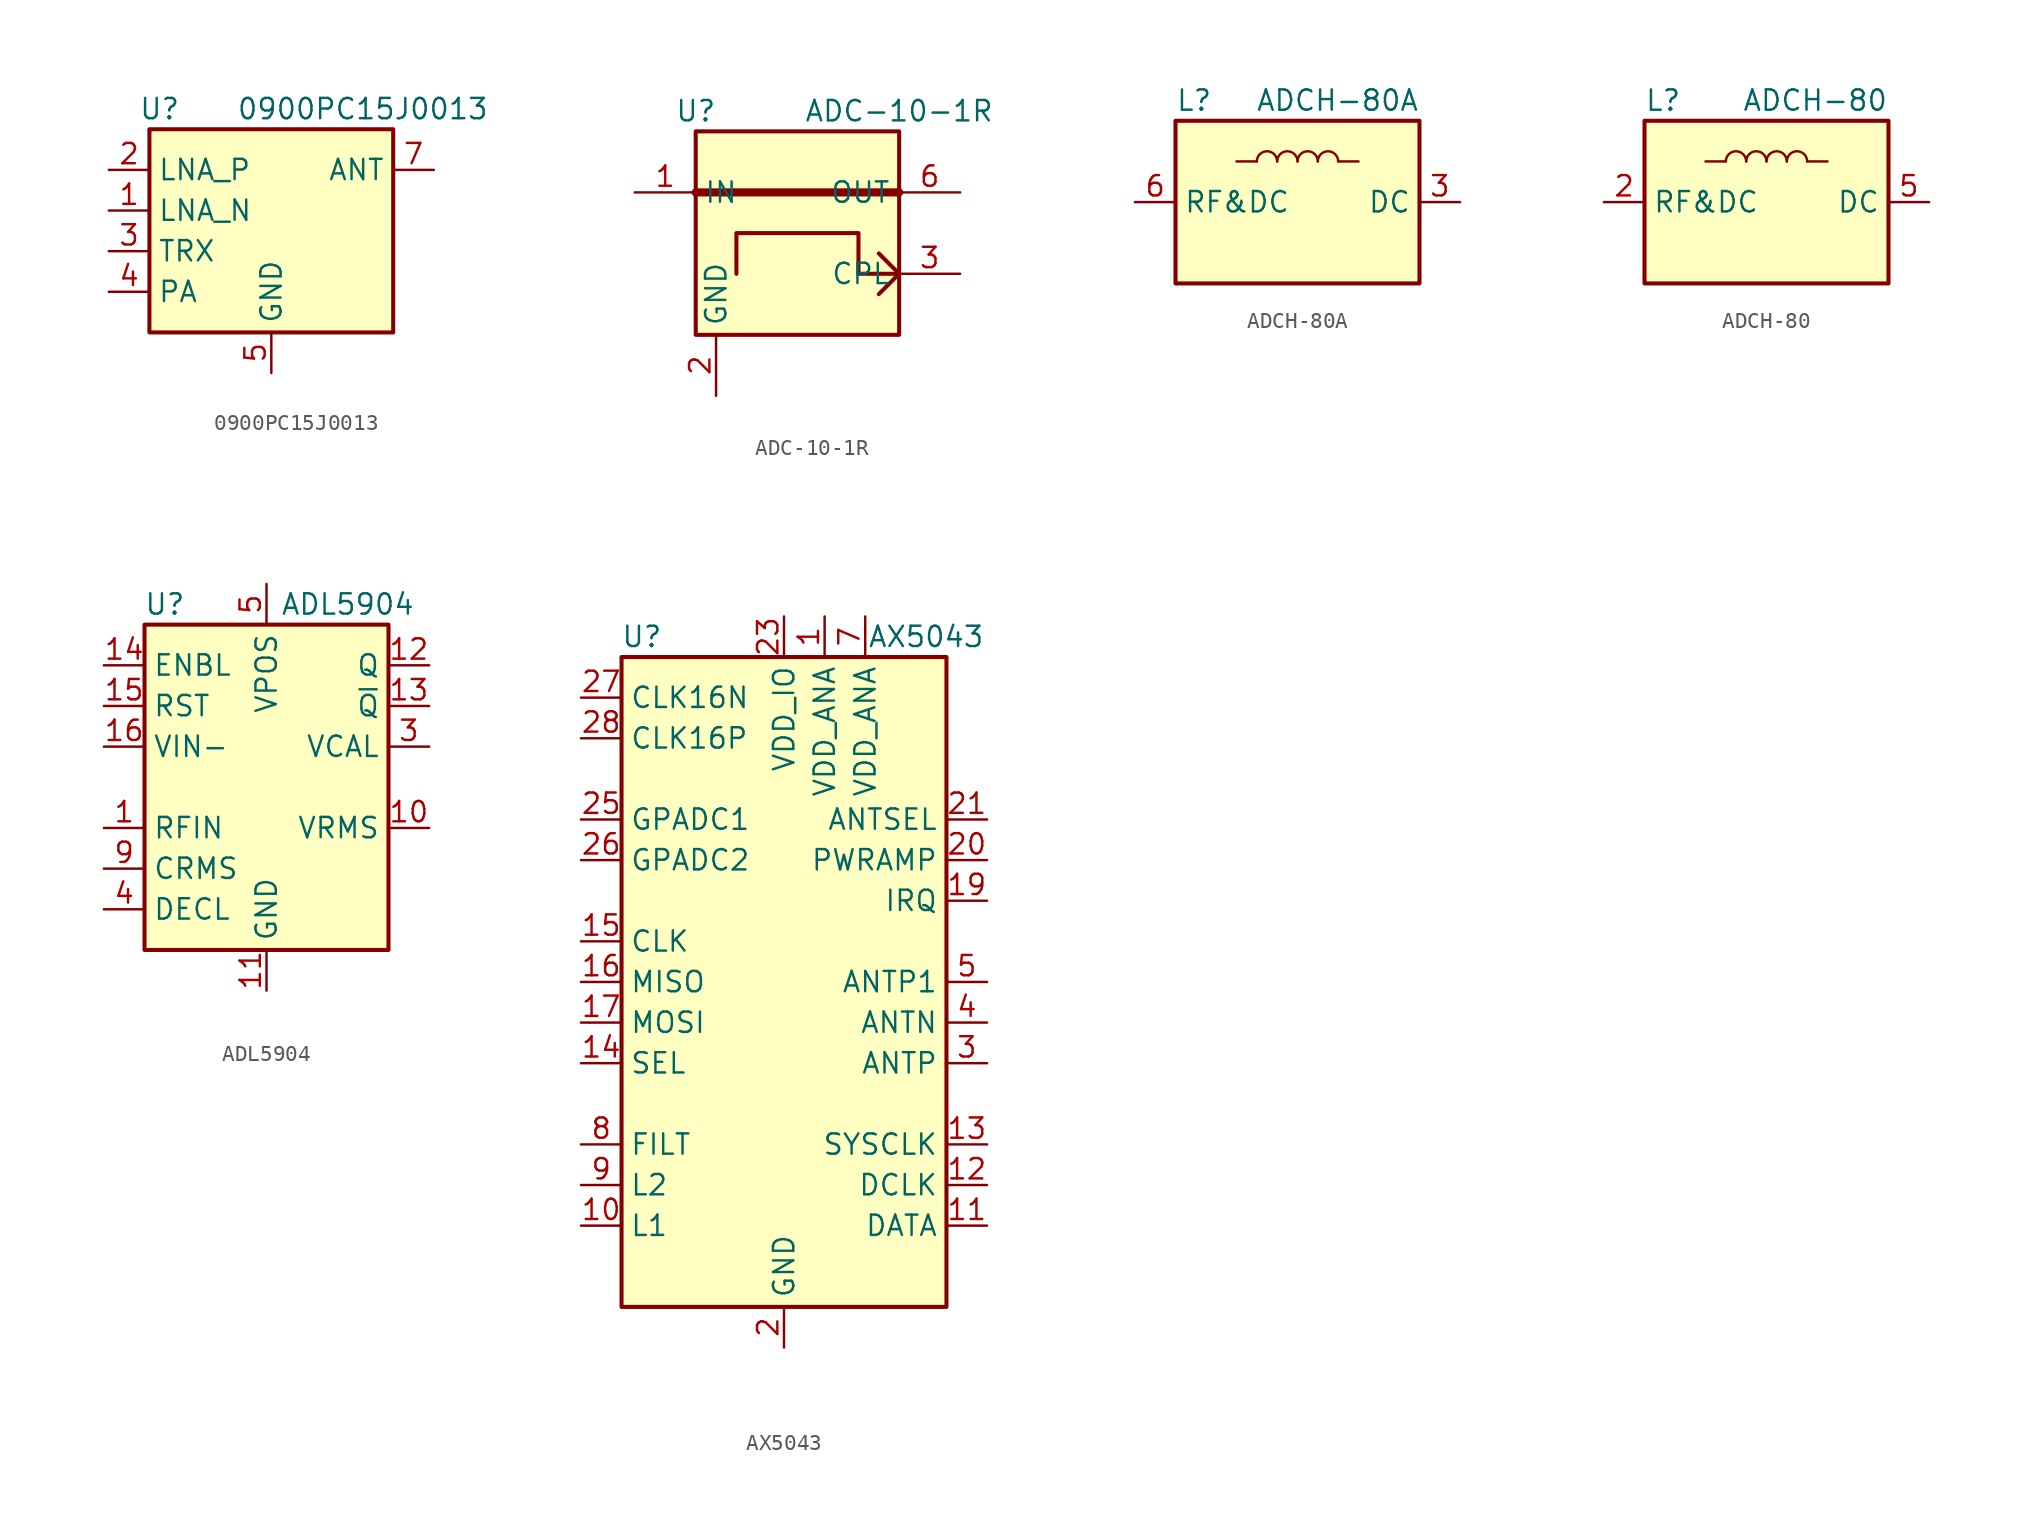
<source format=kicad_sym>
(kicad_symbol_lib
  (version 20211014)
  (generator kicad_symbol_editor)
  (symbol "0900PC15J0013"
    (property "Reference" "U"
      (at -6.985 8.89 0)
      (effects (font (size 1.27 1.27))))
    (property "Value" "0900PC15J0013"
      (at 5.715 8.89 0)
      (effects (font (size 1.27 1.27))))
    (symbol "0900PC15J0013_0_1"
      (rectangle (start -7.62 7.62) (end 7.62 -5.08) (stroke (width 0.254) (type default) (color 0 0 0 0)) (fill (type background))))
    (symbol "0900PC15J0013_1_1"
      (pin passive line (at -10.16 2.54 0) (length 2.54) (name "LNA_N" (effects (font (size 1.27 1.27)))) (number "1" (effects (font (size 1.27 1.27)))))
      (pin passive line (at 0 -7.62 90) (length 2.54) hide (name "GND" (effects (font (size 1.27 1.27)))) (number "10" (effects (font (size 1.27 1.27)))))
      (pin passive line (at -10.16 5.08 0) (length 2.54) (name "LNA_P" (effects (font (size 1.27 1.27)))) (number "2" (effects (font (size 1.27 1.27)))))
      (pin passive line (at -10.16 0 0) (length 2.54) (name "TRX" (effects (font (size 1.27 1.27)))) (number "3" (effects (font (size 1.27 1.27)))))
      (pin passive line (at -10.16 -2.54 0) (length 2.54) (name "PA" (effects (font (size 1.27 1.27)))) (number "4" (effects (font (size 1.27 1.27)))))
      (pin power_in line (at 0 -7.62 90) (length 2.54) (name "GND" (effects (font (size 1.27 1.27)))) (number "5" (effects (font (size 1.27 1.27)))))
      (pin passive line (at 0 -7.62 90) (length 2.54) hide (name "GND" (effects (font (size 1.27 1.27)))) (number "6" (effects (font (size 1.27 1.27)))))
      (pin passive line (at 10.16 5.08 180) (length 2.54) (name "ANT" (effects (font (size 1.27 1.27)))) (number "7" (effects (font (size 1.27 1.27)))))
      (pin passive line (at 0 -7.62 90) (length 2.54) hide (name "GND" (effects (font (size 1.27 1.27)))) (number "8" (effects (font (size 1.27 1.27)))))
      (pin passive line (at 0 -7.62 90) (length 2.54) hide (name "GND" (effects (font (size 1.27 1.27)))) (number "9" (effects (font (size 1.27 1.27)))))))
  (symbol "ADC-10-1R"
    (property "Reference" "U"
      (at -6.35 7.62 0)
      (effects (font (size 1.27 1.27))))
    (property "Value" "ADC-10-1R"
      (at 6.35 7.62 0)
      (effects (font (size 1.27 1.27))))
    (symbol "ADC-10-1R_0_1"
      (rectangle (start -6.35 6.35) (end 6.35 -6.35) (stroke (width 0.254) (type default) (color 0 0 0 0)) (fill (type background)))
      (polyline (pts (xy -6.35 2.54) (xy 6.35 2.54)) (stroke (width 0.508) (type default) (color 0 0 0 0)) (fill (type none)))
      (polyline (pts (xy 6.35 -2.54) (xy 5.08 -3.81)) (stroke (width 0.254) (type default) (color 0 0 0 0)) (fill (type none)))
      (polyline (pts (xy 6.35 -2.54) (xy 5.08 -1.27)) (stroke (width 0.254) (type default) (color 0 0 0 0)) (fill (type none)))
      (polyline (pts (xy 6.35 -2.54) (xy 3.81 -2.54) (xy 3.81 0) (xy -3.81 0) (xy -3.81 -2.54)) (stroke (width 0.254) (type default) (color 0 0 0 0)) (fill (type none))))
    (symbol "ADC-10-1R_1_1"
      (pin input line (at -10.16 2.54 0) (length 3.81) (name "IN" (effects (font (size 1.27 1.27)))) (number "1" (effects (font (size 1.27 1.27)))))
      (pin power_in line (at -5.08 -10.16 90) (length 3.81) (name "GND" (effects (font (size 1.27 1.27)))) (number "2" (effects (font (size 1.27 1.27)))))
      (pin output line (at 10.16 -2.54 180) (length 3.81) (name "CPL" (effects (font (size 1.27 1.27)))) (number "3" (effects (font (size 1.27 1.27)))))
      (pin no_connect line (at 6.35 0 180) (length 3.81) hide (name "NC" (effects (font (size 1.27 1.27)))) (number "4" (effects (font (size 1.27 1.27)))))
      (pin passive line (at -5.08 -10.16 90) (length 3.81) hide (name "GND" (effects (font (size 1.27 1.27)))) (number "5" (effects (font (size 1.27 1.27)))))
      (pin output line (at 10.16 2.54 180) (length 3.81) (name "OUT" (effects (font (size 1.27 1.27)))) (number "6" (effects (font (size 1.27 1.27)))))))
  (symbol "ADCH-80A"
    (property "Reference" "L"
      (at -7.62 6.35 0)
      (effects (font (size 1.27 1.27)) (justify left)))
    (property "Value" "ADCH-80A"
      (at 7.62 6.35 0)
      (effects (font (size 1.27 1.27)) (justify right)))
    (symbol "ADCH-80A_1_1"
      (rectangle (start -7.62 5.08) (end 7.62 -5.08) (stroke (width 0.254) (type default) (color 0 0 0 0)) (fill (type background)))
      (arc (start -1.27 2.54) (mid -1.905 3.175) (end -2.54 2.54) (stroke (width 0) (type default) (color 0 0 0 0)) (fill (type none)))
      (polyline (pts (xy -2.54 2.54) (xy -3.81 2.54)) (stroke (width 0) (type default) (color 0 0 0 0)) (fill (type none)))
      (arc (start 0 2.54) (mid -0.635 3.175) (end -1.27 2.54) (stroke (width 0) (type default) (color 0 0 0 0)) (fill (type none)))
      (arc (start 1.27 2.54) (mid 0.635 3.175) (end 0 2.54) (stroke (width 0) (type default) (color 0 0 0 0)) (fill (type none)))
      (arc (start 2.54 2.54) (mid 1.905 3.175) (end 1.27 2.54) (stroke (width 0) (type default) (color 0 0 0 0)) (fill (type none)))
      (rectangle (start 2.54 2.54) (end 3.81 2.54) (stroke (width 0) (type default) (color 0 0 0 0)) (fill (type none)))
      (pin no_connect line (at -5.08 -5.08 90) (length 2.54) hide (name "NC" (effects (font (size 1.27 1.27)))) (number "1" (effects (font (size 1.27 1.27)))))
      (pin no_connect line (at -2.54 -5.08 90) (length 2.54) hide (name "NC" (effects (font (size 1.27 1.27)))) (number "2" (effects (font (size 1.27 1.27)))))
      (pin passive line (at 10.16 0 180) (length 2.54) (name "DC" (effects (font (size 1.27 1.27)))) (number "3" (effects (font (size 1.27 1.27)))))
      (pin no_connect line (at 0 -5.08 90) (length 2.54) hide (name "NC" (effects (font (size 1.27 1.27)))) (number "4" (effects (font (size 1.27 1.27)))))
      (pin no_connect line (at 2.54 -5.08 90) (length 2.54) hide (name "NC" (effects (font (size 1.27 1.27)))) (number "5" (effects (font (size 1.27 1.27)))))
      (pin passive line (at -10.16 0 0) (length 2.54) (name "RF&DC" (effects (font (size 1.27 1.27)))) (number "6" (effects (font (size 1.27 1.27)))))))
  (symbol "ADCH-80"
    (property "Reference" "L"
      (at -7.62 6.35 0)
      (effects (font (size 1.27 1.27)) (justify left)))
    (property "Value" "ADCH-80"
      (at 7.62 6.35 0)
      (effects (font (size 1.27 1.27)) (justify right)))
    (symbol "ADCH-80_0_1"
      (polyline (pts (xy -2.54 2.54) (xy -3.81 2.54)) (stroke (width 0) (type default) (color 0 0 0 0)) (fill (type none)))
      (rectangle (start 2.54 2.54) (end 3.81 2.54) (stroke (width 0) (type default) (color 0 0 0 0)) (fill (type none))))
    (symbol "ADCH-80_1_1"
      (rectangle (start -7.62 5.08) (end 7.62 -5.08) (stroke (width 0.254) (type default) (color 0 0 0 0)) (fill (type background)))
      (arc (start -1.27 2.54) (mid -1.905 3.175) (end -2.54 2.54) (stroke (width 0) (type default) (color 0 0 0 0)) (fill (type none)))
      (arc (start 0 2.54) (mid -0.635 3.175) (end -1.27 2.54) (stroke (width 0) (type default) (color 0 0 0 0)) (fill (type none)))
      (arc (start 1.27 2.54) (mid 0.635 3.175) (end 0 2.54) (stroke (width 0) (type default) (color 0 0 0 0)) (fill (type none)))
      (arc (start 2.54 2.54) (mid 1.905 3.175) (end 1.27 2.54) (stroke (width 0) (type default) (color 0 0 0 0)) (fill (type none)))
      (pin no_connect line (at -5.08 -5.08 90) (length 2.54) hide (name "NC" (effects (font (size 1.27 1.27)))) (number "1" (effects (font (size 1.27 1.27)))))
      (pin passive line (at -10.16 0 0) (length 2.54) (name "RF&DC" (effects (font (size 1.27 1.27)))) (number "2" (effects (font (size 1.27 1.27)))))
      (pin no_connect line (at -2.54 -5.08 90) (length 2.54) hide (name "NC" (effects (font (size 1.27 1.27)))) (number "3" (effects (font (size 1.27 1.27)))))
      (pin no_connect line (at 0 -5.08 90) (length 2.54) hide (name "NC" (effects (font (size 1.27 1.27)))) (number "4" (effects (font (size 1.27 1.27)))))
      (pin passive line (at 10.16 0 180) (length 2.54) (name "DC" (effects (font (size 1.27 1.27)))) (number "5" (effects (font (size 1.27 1.27)))))
      (pin no_connect line (at 2.54 -5.08 90) (length 2.54) hide (name "NC" (effects (font (size 1.27 1.27)))) (number "6" (effects (font (size 1.27 1.27)))))))
  (symbol "ADL5904"
    (property "Reference" "U"
      (at -6.35 11.43 0)
      (effects (font (size 1.27 1.27))))
    (property "Value" "ADL5904"
      (at 5.08 11.43 0)
      (effects (font (size 1.27 1.27))))
    (symbol "ADL5904_0_1"
      (rectangle (start -7.62 10.16) (end 7.62 -10.16) (stroke (width 0.254) (type default) (color 0 0 0 0)) (fill (type background))))
    (symbol "ADL5904_1_1"
      (pin input line (at -10.16 -2.54 0) (length 2.54) (name "RFIN" (effects (font (size 1.27 1.27)))) (number "1" (effects (font (size 1.27 1.27)))))
      (pin output line (at 10.16 -2.54 180) (length 2.54) (name "VRMS" (effects (font (size 1.27 1.27)))) (number "10" (effects (font (size 1.27 1.27)))))
      (pin power_in line (at 0 -12.7 90) (length 2.54) (name "GND" (effects (font (size 1.27 1.27)))) (number "11" (effects (font (size 1.27 1.27)))))
      (pin output line (at 10.16 7.62 180) (length 2.54) (name "Q" (effects (font (size 1.27 1.27)))) (number "12" (effects (font (size 1.27 1.27)))))
      (pin output line (at 10.16 5.08 180) (length 2.54) (name "~{Q}" (effects (font (size 1.27 1.27)))) (number "13" (effects (font (size 1.27 1.27)))))
      (pin input line (at -10.16 7.62 0) (length 2.54) (name "ENBL" (effects (font (size 1.27 1.27)))) (number "14" (effects (font (size 1.27 1.27)))))
      (pin input line (at -10.16 5.08 0) (length 2.54) (name "RST" (effects (font (size 1.27 1.27)))) (number "15" (effects (font (size 1.27 1.27)))))
      (pin input line (at -10.16 2.54 0) (length 2.54) (name "VIN-" (effects (font (size 1.27 1.27)))) (number "16" (effects (font (size 1.27 1.27)))))
      (pin passive line (at 0 -12.7 90) (length 2.54) hide (name "GND" (effects (font (size 1.27 1.27)))) (number "17" (effects (font (size 1.27 1.27)))))
      (pin no_connect line (at 7.62 0 180) (length 2.54) hide (name "DNC" (effects (font (size 1.27 1.27)))) (number "2" (effects (font (size 1.27 1.27)))))
      (pin output line (at 10.16 2.54 180) (length 2.54) (name "VCAL" (effects (font (size 1.27 1.27)))) (number "3" (effects (font (size 1.27 1.27)))))
      (pin passive line (at -10.16 -7.62 0) (length 2.54) (name "DECL" (effects (font (size 1.27 1.27)))) (number "4" (effects (font (size 1.27 1.27)))))
      (pin power_in line (at 0 12.7 270) (length 2.54) (name "VPOS" (effects (font (size 1.27 1.27)))) (number "5" (effects (font (size 1.27 1.27)))))
      (pin no_connect line (at 7.62 -5.08 180) (length 2.54) hide (name "DNC" (effects (font (size 1.27 1.27)))) (number "6" (effects (font (size 1.27 1.27)))))
      (pin passive line (at 0 12.7 270) (length 2.54) hide (name "VPOS" (effects (font (size 1.27 1.27)))) (number "7" (effects (font (size 1.27 1.27)))))
      (pin no_connect line (at 7.62 -7.62 180) (length 2.54) hide (name "DNC" (effects (font (size 1.27 1.27)))) (number "8" (effects (font (size 1.27 1.27)))))
      (pin passive line (at -10.16 -5.08 0) (length 2.54) (name "CRMS" (effects (font (size 1.27 1.27)))) (number "9" (effects (font (size 1.27 1.27)))))))
  (symbol "AX5043"
    (property "Reference" "U"
      (at -8.89 21.59 0)
      (effects (font (size 1.27 1.27))))
    (property "Value" "AX5043"
      (at 8.89 21.59 0)
      (effects (font (size 1.27 1.27))))
    (symbol "AX5043_1_0"
      (rectangle (start -10.16 -20.32) (end 10.16 20.32) (stroke (width 0.254) (type default) (color 0 0 0 0)) (fill (type background))))
    (symbol "AX5043_1_1"
      (pin power_out line (at 2.54 22.86 270) (length 2.54) (name "VDD_ANA" (effects (font (size 1.27 1.27)))) (number "1" (effects (font (size 1.27 1.27)))))
      (pin passive line (at -12.7 -15.24 0) (length 2.54) (name "L1" (effects (font (size 1.27 1.27)))) (number "10" (effects (font (size 1.27 1.27)))))
      (pin bidirectional line (at 12.7 -15.24 180) (length 2.54) (name "DATA" (effects (font (size 1.27 1.27)))) (number "11" (effects (font (size 1.27 1.27)))))
      (pin bidirectional line (at 12.7 -12.7 180) (length 2.54) (name "DCLK" (effects (font (size 1.27 1.27)))) (number "12" (effects (font (size 1.27 1.27)))))
      (pin bidirectional line (at 12.7 -10.16 180) (length 2.54) (name "SYSCLK" (effects (font (size 1.27 1.27)))) (number "13" (effects (font (size 1.27 1.27)))))
      (pin input line (at -12.7 -5.08 0) (length 2.54) (name "SEL" (effects (font (size 1.27 1.27)))) (number "14" (effects (font (size 1.27 1.27)))))
      (pin input line (at -12.7 2.54 0) (length 2.54) (name "CLK" (effects (font (size 1.27 1.27)))) (number "15" (effects (font (size 1.27 1.27)))))
      (pin output line (at -12.7 0 0) (length 2.54) (name "MISO" (effects (font (size 1.27 1.27)))) (number "16" (effects (font (size 1.27 1.27)))))
      (pin input line (at -12.7 -2.54 0) (length 2.54) (name "MOSI" (effects (font (size 1.27 1.27)))) (number "17" (effects (font (size 1.27 1.27)))))
      (pin no_connect line (at -2.54 -20.32 90) (length 2.54) hide (name "NC" (effects (font (size 1.27 1.27)))) (number "18" (effects (font (size 1.27 1.27)))))
      (pin output line (at 12.7 5.08 180) (length 2.54) (name "IRQ" (effects (font (size 1.27 1.27)))) (number "19" (effects (font (size 1.27 1.27)))))
      (pin power_in line (at 0 -22.86 90) (length 2.54) (name "GND" (effects (font (size 1.27 1.27)))) (number "2" (effects (font (size 1.27 1.27)))))
      (pin bidirectional line (at 12.7 7.62 180) (length 2.54) (name "PWRAMP" (effects (font (size 1.27 1.27)))) (number "20" (effects (font (size 1.27 1.27)))))
      (pin bidirectional line (at 12.7 10.16 180) (length 2.54) (name "ANTSEL" (effects (font (size 1.27 1.27)))) (number "21" (effects (font (size 1.27 1.27)))))
      (pin no_connect line (at 2.54 -20.32 90) (length 2.54) hide (name "NC" (effects (font (size 1.27 1.27)))) (number "22" (effects (font (size 1.27 1.27)))))
      (pin power_in line (at 0 22.86 270) (length 2.54) (name "VDD_IO" (effects (font (size 1.27 1.27)))) (number "23" (effects (font (size 1.27 1.27)))))
      (pin no_connect line (at -5.08 -20.32 90) (length 2.54) hide (name "NC" (effects (font (size 1.27 1.27)))) (number "24" (effects (font (size 1.27 1.27)))))
      (pin input line (at -12.7 10.16 0) (length 2.54) (name "GPADC1" (effects (font (size 1.27 1.27)))) (number "25" (effects (font (size 1.27 1.27)))))
      (pin input line (at -12.7 7.62 0) (length 2.54) (name "GPADC2" (effects (font (size 1.27 1.27)))) (number "26" (effects (font (size 1.27 1.27)))))
      (pin input line (at -12.7 17.78 0) (length 2.54) (name "CLK16N" (effects (font (size 1.27 1.27)))) (number "27" (effects (font (size 1.27 1.27)))))
      (pin input line (at -12.7 15.24 0) (length 2.54) (name "CLK16P" (effects (font (size 1.27 1.27)))) (number "28" (effects (font (size 1.27 1.27)))))
      (pin passive line (at 0 -22.86 90) (length 2.54) hide (name "GND" (effects (font (size 1.27 1.27)))) (number "29" (effects (font (size 1.27 1.27)))))
      (pin bidirectional line (at 12.7 -5.08 180) (length 2.54) (name "ANTP" (effects (font (size 1.27 1.27)))) (number "3" (effects (font (size 1.27 1.27)))))
      (pin bidirectional line (at 12.7 -2.54 180) (length 2.54) (name "ANTN" (effects (font (size 1.27 1.27)))) (number "4" (effects (font (size 1.27 1.27)))))
      (pin output line (at 12.7 0 180) (length 2.54) (name "ANTP1" (effects (font (size 1.27 1.27)))) (number "5" (effects (font (size 1.27 1.27)))))
      (pin passive line (at 0 -22.86 90) (length 2.54) hide (name "GND" (effects (font (size 1.27 1.27)))) (number "6" (effects (font (size 1.27 1.27)))))
      (pin power_out line (at 5.08 22.86 270) (length 2.54) (name "VDD_ANA" (effects (font (size 1.27 1.27)))) (number "7" (effects (font (size 1.27 1.27)))))
      (pin input line (at -12.7 -10.16 0) (length 2.54) (name "FILT" (effects (font (size 1.27 1.27)))) (number "8" (effects (font (size 1.27 1.27)))))
      (pin passive line (at -12.7 -12.7 0) (length 2.54) (name "L2" (effects (font (size 1.27 1.27)))) (number "9" (effects (font (size 1.27 1.27))))))))
</source>
